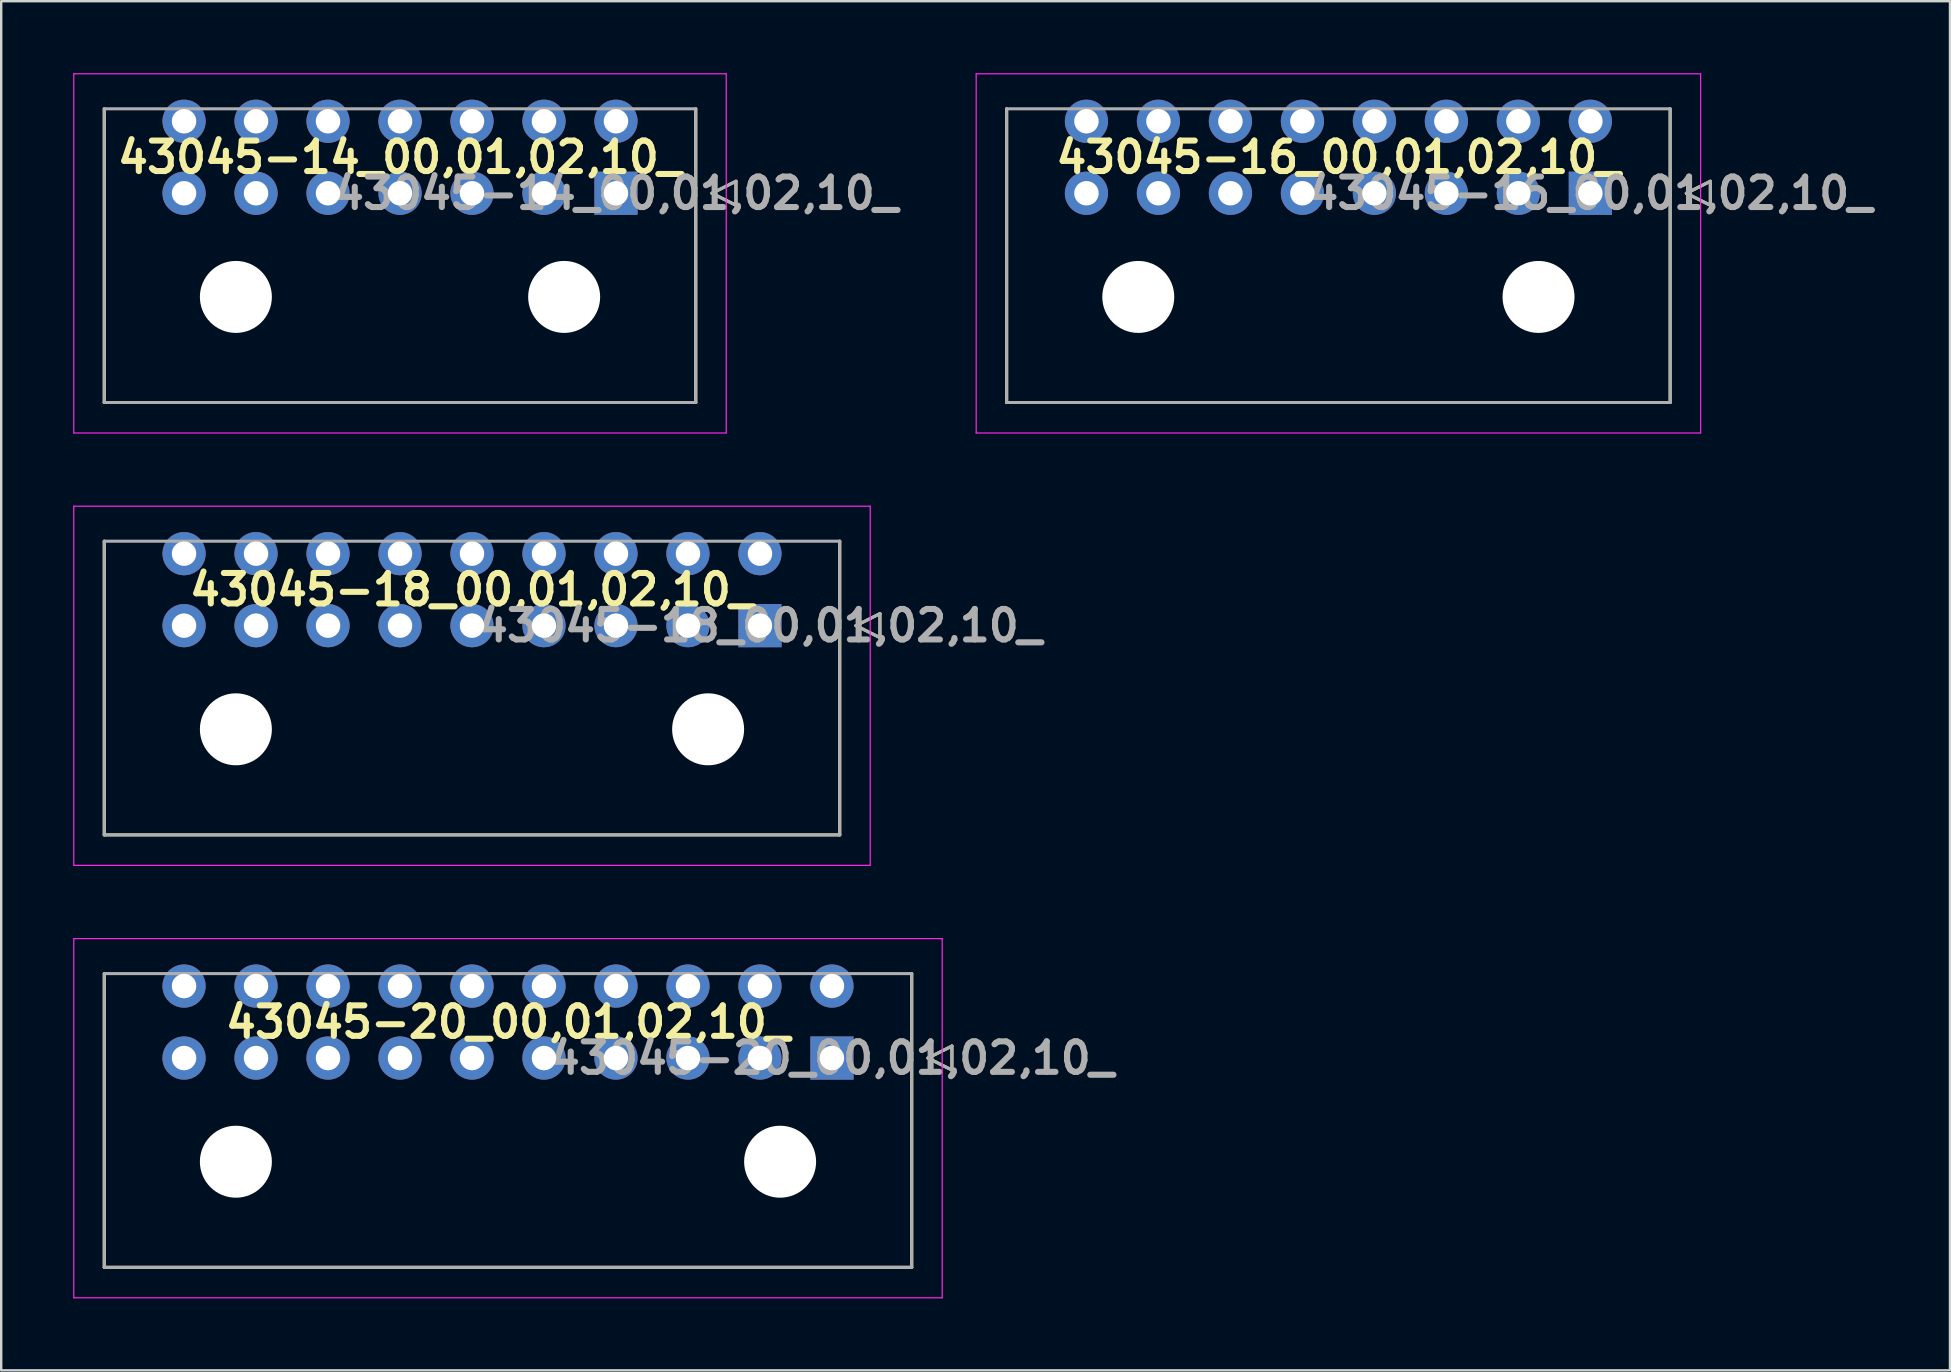
<source format=kicad_pcb>
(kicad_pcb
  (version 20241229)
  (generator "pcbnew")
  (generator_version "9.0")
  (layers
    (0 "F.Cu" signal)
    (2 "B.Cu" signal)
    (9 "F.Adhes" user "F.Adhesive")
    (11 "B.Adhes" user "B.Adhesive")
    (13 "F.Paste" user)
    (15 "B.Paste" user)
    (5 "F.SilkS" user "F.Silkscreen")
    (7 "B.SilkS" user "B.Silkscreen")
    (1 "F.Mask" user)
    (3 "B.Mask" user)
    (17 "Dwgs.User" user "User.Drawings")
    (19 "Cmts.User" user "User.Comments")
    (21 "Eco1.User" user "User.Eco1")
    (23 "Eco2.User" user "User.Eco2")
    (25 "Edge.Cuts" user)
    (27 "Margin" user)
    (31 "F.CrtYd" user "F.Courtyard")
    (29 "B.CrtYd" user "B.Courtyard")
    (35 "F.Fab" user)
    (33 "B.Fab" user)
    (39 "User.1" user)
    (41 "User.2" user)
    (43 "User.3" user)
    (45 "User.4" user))
  (footprint "43045-20_00,01,02,10_"
    (layer "F.Cu")
    (at 18.12 39.543)
    (property "Reference" "43045-20_00,01,02,10_" (at 0 0 0) (layer "F.SilkS") (effects (font (size 1.27 1.27) (thickness 0.254))))
    (attr through_hole)
    (fp_line (start -16.825 10.22) (end -16.825 -2.02) (stroke (width 0.127) (type solid)) (layer "F.SilkS"))
    (fp_line (start 16.825 -2.02) (end 16.825 10.22) (stroke (width 0.127) (type solid)) (layer "F.SilkS"))
    (fp_line (start 16.825 10.22) (end -16.825 10.22) (stroke (width 0.127) (type solid)) (layer "F.SilkS"))
    (fp_line (start 17.5 1.5) (end 18.5 1) (stroke (width 0.127) (type solid)) (layer "F.SilkS"))
    (fp_line (start 18.5 1) (end 18.5 2) (stroke (width 0.127) (type solid)) (layer "F.SilkS"))
    (fp_line (start 18.5 2) (end 17.5 1.5) (stroke (width 0.127) (type solid)) (layer "F.SilkS"))
    (fp_line (start -18.095 -3.479) (end 18.095 -3.479) (stroke (width 0.05) (type solid)) (layer "F.CrtYd"))
    (fp_line (start -18.095 11.49) (end -18.095 -3.479) (stroke (width 0.05) (type solid)) (layer "F.CrtYd"))
    (fp_line (start 18.095 -3.479) (end 18.095 11.49) (stroke (width 0.05) (type solid)) (layer "F.CrtYd"))
    (fp_line (start 18.095 11.49) (end -18.095 11.49) (stroke (width 0.05) (type solid)) (layer "F.CrtYd"))
    (fp_line (start -16.825 -2.02) (end 16.825 -2.02) (stroke (width 0.127) (type solid)) (layer "F.Fab"))
    (fp_line (start -16.825 10.22) (end -16.825 -2.02) (stroke (width 0.127) (type solid)) (layer "F.Fab"))
    (fp_line (start 16.825 -2.02) (end 16.825 10.22) (stroke (width 0.127) (type solid)) (layer "F.Fab"))
    (fp_line (start 16.825 10.22) (end -16.825 10.22) (stroke (width 0.127) (type solid)) (layer "F.Fab"))
    (fp_line (start 17.5 1.5) (end 18.5 1) (stroke (width 0.127) (type solid)) (layer "F.Fab"))
    (fp_line (start 18.5 1) (end 18.5 2) (stroke (width 0.127) (type solid)) (layer "F.Fab"))
    (fp_line (start 18.5 2) (end 17.5 1.5) (stroke (width 0.127) (type solid)) (layer "F.Fab"))
    (fp_text user "${REFERENCE}" (at 13.5 1.5 0) (layer "F.Fab") (effects (font (size 1.27 1.27) (thickness 0.254))))
    (pad "" np_thru_hole circle (at -11.34 5.82) (size 3 3) (drill 3) (layers "*.Cu" "*.Mask"))
    (pad "" np_thru_hole circle (at 11.34 5.82) (size 3 3) (drill 3) (layers "*.Cu" "*.Mask"))
    (pad "1" thru_hole rect (at 13.5 1.5) (size 1.8 1.8) (drill 1.02) (layers "*.Cu" "*.Mask"))
    (pad "2" thru_hole circle (at 10.5 1.5) (size 1.8 1.8) (drill 1.02) (layers "*.Cu" "*.Mask"))
    (pad "3" thru_hole circle (at 7.5 1.5) (size 1.8 1.8) (drill 1.02) (layers "*.Cu" "*.Mask"))
    (pad "4" thru_hole circle (at 4.5 1.5) (size 1.8 1.8) (drill 1.02) (layers "*.Cu" "*.Mask"))
    (pad "5" thru_hole circle (at 1.5 1.5) (size 1.8 1.8) (drill 1.02) (layers "*.Cu" "*.Mask"))
    (pad "6" thru_hole circle (at -1.5 1.5) (size 1.8 1.8) (drill 1.02) (layers "*.Cu" "*.Mask"))
    (pad "7" thru_hole circle (at -4.5 1.5) (size 1.8 1.8) (drill 1.02) (layers "*.Cu" "*.Mask"))
    (pad "8" thru_hole circle (at -7.5 1.5) (size 1.8 1.8) (drill 1.02) (layers "*.Cu" "*.Mask"))
    (pad "9" thru_hole circle (at -10.5 1.5) (size 1.8 1.8) (drill 1.02) (layers "*.Cu" "*.Mask"))
    (pad "10" thru_hole circle (at -13.5 1.5) (size 1.8 1.8) (drill 1.02) (layers "*.Cu" "*.Mask"))
    (pad "11" thru_hole circle (at 13.5 -1.5) (size 1.8 1.8) (drill 1.02) (layers "*.Cu" "*.Mask"))
    (pad "12" thru_hole circle (at 10.5 -1.5) (size 1.8 1.8) (drill 1.02) (layers "*.Cu" "*.Mask"))
    (pad "13" thru_hole circle (at 7.5 -1.5) (size 1.8 1.8) (drill 1.02) (layers "*.Cu" "*.Mask"))
    (pad "14" thru_hole circle (at 4.5 -1.5) (size 1.8 1.8) (drill 1.02) (layers "*.Cu" "*.Mask"))
    (pad "15" thru_hole circle (at 1.5 -1.5) (size 1.8 1.8) (drill 1.02) (layers "*.Cu" "*.Mask"))
    (pad "16" thru_hole circle (at -1.5 -1.5) (size 1.8 1.8) (drill 1.02) (layers "*.Cu" "*.Mask"))
    (pad "17" thru_hole circle (at -4.5 -1.5) (size 1.8 1.8) (drill 1.02) (layers "*.Cu" "*.Mask"))
    (pad "18" thru_hole circle (at -7.5 -1.5) (size 1.8 1.8) (drill 1.02) (layers "*.Cu" "*.Mask"))
    (pad "19" thru_hole circle (at -10.5 -1.5) (size 1.8 1.8) (drill 1.02) (layers "*.Cu" "*.Mask"))
    (pad "20" thru_hole circle (at -13.5 -1.5) (size 1.8 1.8) (drill 1.02) (layers "*.Cu" "*.Mask")))
  (footprint "43045-18_00,01,02,10_"
    (layer "F.Cu")
    (at 16.62 21.523)
    (property "Reference" "43045-18_00,01,02,10_" (at 0 0 0) (layer "F.SilkS") (effects (font (size 1.27 1.27) (thickness 0.254))))
    (attr through_hole)
    (fp_line (start -15.325 10.22) (end -15.325 -2.02) (stroke (width 0.127) (type solid)) (layer "F.SilkS"))
    (fp_line (start 15.325 -2.02) (end 15.325 10.22) (stroke (width 0.127) (type solid)) (layer "F.SilkS"))
    (fp_line (start 15.325 10.22) (end -15.325 10.22) (stroke (width 0.127) (type solid)) (layer "F.SilkS"))
    (fp_line (start 16 1.5) (end 17 1) (stroke (width 0.127) (type solid)) (layer "F.SilkS"))
    (fp_line (start 17 1) (end 17 2) (stroke (width 0.127) (type solid)) (layer "F.SilkS"))
    (fp_line (start 17 2) (end 16 1.5) (stroke (width 0.127) (type solid)) (layer "F.SilkS"))
    (fp_line (start -16.595 -3.479) (end 16.595 -3.479) (stroke (width 0.05) (type solid)) (layer "F.CrtYd"))
    (fp_line (start -16.595 11.49) (end -16.595 -3.479) (stroke (width 0.05) (type solid)) (layer "F.CrtYd"))
    (fp_line (start 16.595 -3.479) (end 16.595 11.49) (stroke (width 0.05) (type solid)) (layer "F.CrtYd"))
    (fp_line (start 16.595 11.49) (end -16.595 11.49) (stroke (width 0.05) (type solid)) (layer "F.CrtYd"))
    (fp_line (start -15.325 -2.02) (end 15.325 -2.02) (stroke (width 0.127) (type solid)) (layer "F.Fab"))
    (fp_line (start -15.325 10.22) (end -15.325 -2.02) (stroke (width 0.127) (type solid)) (layer "F.Fab"))
    (fp_line (start 15.325 -2.02) (end 15.325 10.22) (stroke (width 0.127) (type solid)) (layer "F.Fab"))
    (fp_line (start 15.325 10.22) (end -15.325 10.22) (stroke (width 0.127) (type solid)) (layer "F.Fab"))
    (fp_line (start 16 1.5) (end 17 1) (stroke (width 0.127) (type solid)) (layer "F.Fab"))
    (fp_line (start 17 1) (end 17 2) (stroke (width 0.127) (type solid)) (layer "F.Fab"))
    (fp_line (start 17 2) (end 16 1.5) (stroke (width 0.127) (type solid)) (layer "F.Fab"))
    (fp_text user "${REFERENCE}" (at 12 1.5 0) (layer "F.Fab") (effects (font (size 1.27 1.27) (thickness 0.254))))
    (pad "" np_thru_hole circle (at -9.84 5.82) (size 3 3) (drill 3) (layers "*.Cu" "*.Mask"))
    (pad "" np_thru_hole circle (at 9.84 5.82) (size 3 3) (drill 3) (layers "*.Cu" "*.Mask"))
    (pad "1" thru_hole rect (at 12 1.5) (size 1.8 1.8) (drill 1.02) (layers "*.Cu" "*.Mask"))
    (pad "2" thru_hole circle (at 9 1.5) (size 1.8 1.8) (drill 1.02) (layers "*.Cu" "*.Mask"))
    (pad "3" thru_hole circle (at 6 1.5) (size 1.8 1.8) (drill 1.02) (layers "*.Cu" "*.Mask"))
    (pad "4" thru_hole circle (at 3 1.5) (size 1.8 1.8) (drill 1.02) (layers "*.Cu" "*.Mask"))
    (pad "5" thru_hole circle (at 0 1.5) (size 1.8 1.8) (drill 1.02) (layers "*.Cu" "*.Mask"))
    (pad "6" thru_hole circle (at -3 1.5) (size 1.8 1.8) (drill 1.02) (layers "*.Cu" "*.Mask"))
    (pad "7" thru_hole circle (at -6 1.5) (size 1.8 1.8) (drill 1.02) (layers "*.Cu" "*.Mask"))
    (pad "8" thru_hole circle (at -9 1.5) (size 1.8 1.8) (drill 1.02) (layers "*.Cu" "*.Mask"))
    (pad "9" thru_hole circle (at -12 1.5) (size 1.8 1.8) (drill 1.02) (layers "*.Cu" "*.Mask"))
    (pad "10" thru_hole circle (at 12 -1.5) (size 1.8 1.8) (drill 1.02) (layers "*.Cu" "*.Mask"))
    (pad "11" thru_hole circle (at 9 -1.5) (size 1.8 1.8) (drill 1.02) (layers "*.Cu" "*.Mask"))
    (pad "12" thru_hole circle (at 6 -1.5) (size 1.8 1.8) (drill 1.02) (layers "*.Cu" "*.Mask"))
    (pad "13" thru_hole circle (at 3 -1.5) (size 1.8 1.8) (drill 1.02) (layers "*.Cu" "*.Mask"))
    (pad "14" thru_hole circle (at 0 -1.5) (size 1.8 1.8) (drill 1.02) (layers "*.Cu" "*.Mask"))
    (pad "15" thru_hole circle (at -3 -1.5) (size 1.8 1.8) (drill 1.02) (layers "*.Cu" "*.Mask"))
    (pad "16" thru_hole circle (at -6 -1.5) (size 1.8 1.8) (drill 1.02) (layers "*.Cu" "*.Mask"))
    (pad "17" thru_hole circle (at -9 -1.5) (size 1.8 1.8) (drill 1.02) (layers "*.Cu" "*.Mask"))
    (pad "18" thru_hole circle (at -12 -1.5) (size 1.8 1.8) (drill 1.02) (layers "*.Cu" "*.Mask")))
  (footprint "43045-16_00,01,02,10_"
    (layer "F.Cu")
    (at 52.726 3.504)
    (property "Reference" "43045-16_00,01,02,10_" (at 0 0 0) (layer "F.SilkS") (effects (font (size 1.27 1.27) (thickness 0.254))))
    (attr through_hole)
    (fp_line (start -13.825 10.22) (end -13.825 -2.02) (stroke (width 0.127) (type solid)) (layer "F.SilkS"))
    (fp_line (start 13.825 -2.02) (end 13.825 10.22) (stroke (width 0.127) (type solid)) (layer "F.SilkS"))
    (fp_line (start 13.825 10.22) (end -13.825 10.22) (stroke (width 0.127) (type solid)) (layer "F.SilkS"))
    (fp_line (start 14.5 1.5) (end 15.5 1) (stroke (width 0.127) (type solid)) (layer "F.SilkS"))
    (fp_line (start 15.5 1) (end 15.5 2) (stroke (width 0.127) (type solid)) (layer "F.SilkS"))
    (fp_line (start 15.5 2) (end 14.5 1.5) (stroke (width 0.127) (type solid)) (layer "F.SilkS"))
    (fp_line (start -15.095 -3.479) (end 15.095 -3.479) (stroke (width 0.05) (type solid)) (layer "F.CrtYd"))
    (fp_line (start -15.095 11.49) (end -15.095 -3.479) (stroke (width 0.05) (type solid)) (layer "F.CrtYd"))
    (fp_line (start 15.095 -3.479) (end 15.095 11.49) (stroke (width 0.05) (type solid)) (layer "F.CrtYd"))
    (fp_line (start 15.095 11.49) (end -15.095 11.49) (stroke (width 0.05) (type solid)) (layer "F.CrtYd"))
    (fp_line (start -13.825 -2.02) (end 13.825 -2.02) (stroke (width 0.127) (type solid)) (layer "F.Fab"))
    (fp_line (start -13.825 10.22) (end -13.825 -2.02) (stroke (width 0.127) (type solid)) (layer "F.Fab"))
    (fp_line (start 13.825 -2.02) (end 13.825 10.22) (stroke (width 0.127) (type solid)) (layer "F.Fab"))
    (fp_line (start 13.825 10.22) (end -13.825 10.22) (stroke (width 0.127) (type solid)) (layer "F.Fab"))
    (fp_line (start 14.5 1.5) (end 15.5 1) (stroke (width 0.127) (type solid)) (layer "F.Fab"))
    (fp_line (start 15.5 1) (end 15.5 2) (stroke (width 0.127) (type solid)) (layer "F.Fab"))
    (fp_line (start 15.5 2) (end 14.5 1.5) (stroke (width 0.127) (type solid)) (layer "F.Fab"))
    (fp_text user "${REFERENCE}" (at 10.5 1.5 0) (layer "F.Fab") (effects (font (size 1.27 1.27) (thickness 0.254))))
    (pad "" np_thru_hole circle (at -8.34 5.82) (size 3 3) (drill 3) (layers "*.Cu" "*.Mask"))
    (pad "" np_thru_hole circle (at 8.34 5.82) (size 3 3) (drill 3) (layers "*.Cu" "*.Mask"))
    (pad "1" thru_hole rect (at 10.5 1.5) (size 1.8 1.8) (drill 1.02) (layers "*.Cu" "*.Mask"))
    (pad "2" thru_hole circle (at 7.5 1.5) (size 1.8 1.8) (drill 1.02) (layers "*.Cu" "*.Mask"))
    (pad "3" thru_hole circle (at 4.5 1.5) (size 1.8 1.8) (drill 1.02) (layers "*.Cu" "*.Mask"))
    (pad "4" thru_hole circle (at 1.5 1.5) (size 1.8 1.8) (drill 1.02) (layers "*.Cu" "*.Mask"))
    (pad "5" thru_hole circle (at -1.5 1.5) (size 1.8 1.8) (drill 1.02) (layers "*.Cu" "*.Mask"))
    (pad "6" thru_hole circle (at -4.5 1.5) (size 1.8 1.8) (drill 1.02) (layers "*.Cu" "*.Mask"))
    (pad "7" thru_hole circle (at -7.5 1.5) (size 1.8 1.8) (drill 1.02) (layers "*.Cu" "*.Mask"))
    (pad "8" thru_hole circle (at -10.5 1.5) (size 1.8 1.8) (drill 1.02) (layers "*.Cu" "*.Mask"))
    (pad "9" thru_hole circle (at 10.5 -1.5) (size 1.8 1.8) (drill 1.02) (layers "*.Cu" "*.Mask"))
    (pad "10" thru_hole circle (at 7.5 -1.5) (size 1.8 1.8) (drill 1.02) (layers "*.Cu" "*.Mask"))
    (pad "11" thru_hole circle (at 4.5 -1.5) (size 1.8 1.8) (drill 1.02) (layers "*.Cu" "*.Mask"))
    (pad "12" thru_hole circle (at 1.5 -1.5) (size 1.8 1.8) (drill 1.02) (layers "*.Cu" "*.Mask"))
    (pad "13" thru_hole circle (at -1.5 -1.5) (size 1.8 1.8) (drill 1.02) (layers "*.Cu" "*.Mask"))
    (pad "14" thru_hole circle (at -4.5 -1.5) (size 1.8 1.8) (drill 1.02) (layers "*.Cu" "*.Mask"))
    (pad "15" thru_hole circle (at -7.5 -1.5) (size 1.8 1.8) (drill 1.02) (layers "*.Cu" "*.Mask"))
    (pad "16" thru_hole circle (at -10.5 -1.5) (size 1.8 1.8) (drill 1.02) (layers "*.Cu" "*.Mask")))
  (footprint "43045-14_00,01,02,10_"
    (layer "F.Cu")
    (at 13.62 3.504)
    (property "Reference" "43045-14_00,01,02,10_" (at 0 0 0) (layer "F.SilkS") (effects (font (size 1.27 1.27) (thickness 0.254))))
    (attr through_hole)
    (fp_line (start -12.325 10.22) (end -12.325 -2.02) (stroke (width 0.127) (type solid)) (layer "F.SilkS"))
    (fp_line (start 12.325 -2.02) (end 12.325 10.22) (stroke (width 0.127) (type solid)) (layer "F.SilkS"))
    (fp_line (start 12.325 10.22) (end -12.325 10.22) (stroke (width 0.127) (type solid)) (layer "F.SilkS"))
    (fp_line (start 13 1.5) (end 14 1) (stroke (width 0.127) (type solid)) (layer "F.SilkS"))
    (fp_line (start 14 1) (end 14 2) (stroke (width 0.127) (type solid)) (layer "F.SilkS"))
    (fp_line (start 14 2) (end 13 1.5) (stroke (width 0.127) (type solid)) (layer "F.SilkS"))
    (fp_line (start -13.595 -3.479) (end 13.595 -3.479) (stroke (width 0.05) (type solid)) (layer "F.CrtYd"))
    (fp_line (start -13.595 11.49) (end -13.595 -3.479) (stroke (width 0.05) (type solid)) (layer "F.CrtYd"))
    (fp_line (start 13.595 -3.479) (end 13.595 11.49) (stroke (width 0.05) (type solid)) (layer "F.CrtYd"))
    (fp_line (start 13.595 11.49) (end -13.595 11.49) (stroke (width 0.05) (type solid)) (layer "F.CrtYd"))
    (fp_line (start -12.325 -2.02) (end 12.325 -2.02) (stroke (width 0.127) (type solid)) (layer "F.Fab"))
    (fp_line (start -12.325 10.22) (end -12.325 -2.02) (stroke (width 0.127) (type solid)) (layer "F.Fab"))
    (fp_line (start 12.325 -2.02) (end 12.325 10.22) (stroke (width 0.127) (type solid)) (layer "F.Fab"))
    (fp_line (start 12.325 10.22) (end -12.325 10.22) (stroke (width 0.127) (type solid)) (layer "F.Fab"))
    (fp_line (start 13 1.5) (end 14 1) (stroke (width 0.127) (type solid)) (layer "F.Fab"))
    (fp_line (start 14 1) (end 14 2) (stroke (width 0.127) (type solid)) (layer "F.Fab"))
    (fp_line (start 14 2) (end 13 1.5) (stroke (width 0.127) (type solid)) (layer "F.Fab"))
    (fp_text user "${REFERENCE}" (at 9 1.5 0) (layer "F.Fab") (effects (font (size 1.27 1.27) (thickness 0.254))))
    (pad "" np_thru_hole circle (at -6.84 5.82) (size 3 3) (drill 3) (layers "*.Cu" "*.Mask"))
    (pad "" np_thru_hole circle (at 6.84 5.82) (size 3 3) (drill 3) (layers "*.Cu" "*.Mask"))
    (pad "1" thru_hole rect (at 9 1.5) (size 1.8 1.8) (drill 1.02) (layers "*.Cu" "*.Mask"))
    (pad "2" thru_hole circle (at 6 1.5) (size 1.8 1.8) (drill 1.02) (layers "*.Cu" "*.Mask"))
    (pad "3" thru_hole circle (at 3 1.5) (size 1.8 1.8) (drill 1.02) (layers "*.Cu" "*.Mask"))
    (pad "4" thru_hole circle (at 0 1.5) (size 1.8 1.8) (drill 1.02) (layers "*.Cu" "*.Mask"))
    (pad "5" thru_hole circle (at -3 1.5) (size 1.8 1.8) (drill 1.02) (layers "*.Cu" "*.Mask"))
    (pad "6" thru_hole circle (at -6 1.5) (size 1.8 1.8) (drill 1.02) (layers "*.Cu" "*.Mask"))
    (pad "7" thru_hole circle (at -9 1.5) (size 1.8 1.8) (drill 1.02) (layers "*.Cu" "*.Mask"))
    (pad "8" thru_hole circle (at 9 -1.5) (size 1.8 1.8) (drill 1.02) (layers "*.Cu" "*.Mask"))
    (pad "9" thru_hole circle (at 6 -1.5) (size 1.8 1.8) (drill 1.02) (layers "*.Cu" "*.Mask"))
    (pad "10" thru_hole circle (at 3 -1.5) (size 1.8 1.8) (drill 1.02) (layers "*.Cu" "*.Mask"))
    (pad "11" thru_hole circle (at 0 -1.5) (size 1.8 1.8) (drill 1.02) (layers "*.Cu" "*.Mask"))
    (pad "12" thru_hole circle (at -3 -1.5) (size 1.8 1.8) (drill 1.02) (layers "*.Cu" "*.Mask"))
    (pad "13" thru_hole circle (at -6 -1.5) (size 1.8 1.8) (drill 1.02) (layers "*.Cu" "*.Mask"))
    (pad "14" thru_hole circle (at -9 -1.5) (size 1.8 1.8) (drill 1.02) (layers "*.Cu" "*.Mask")))
  (gr_rect
    (start -3 -3)
    (end 78.213 54.058)
    (stroke (width 0.1) (type default))
    (fill no)
    (layer "Edge.Cuts")))
</source>
